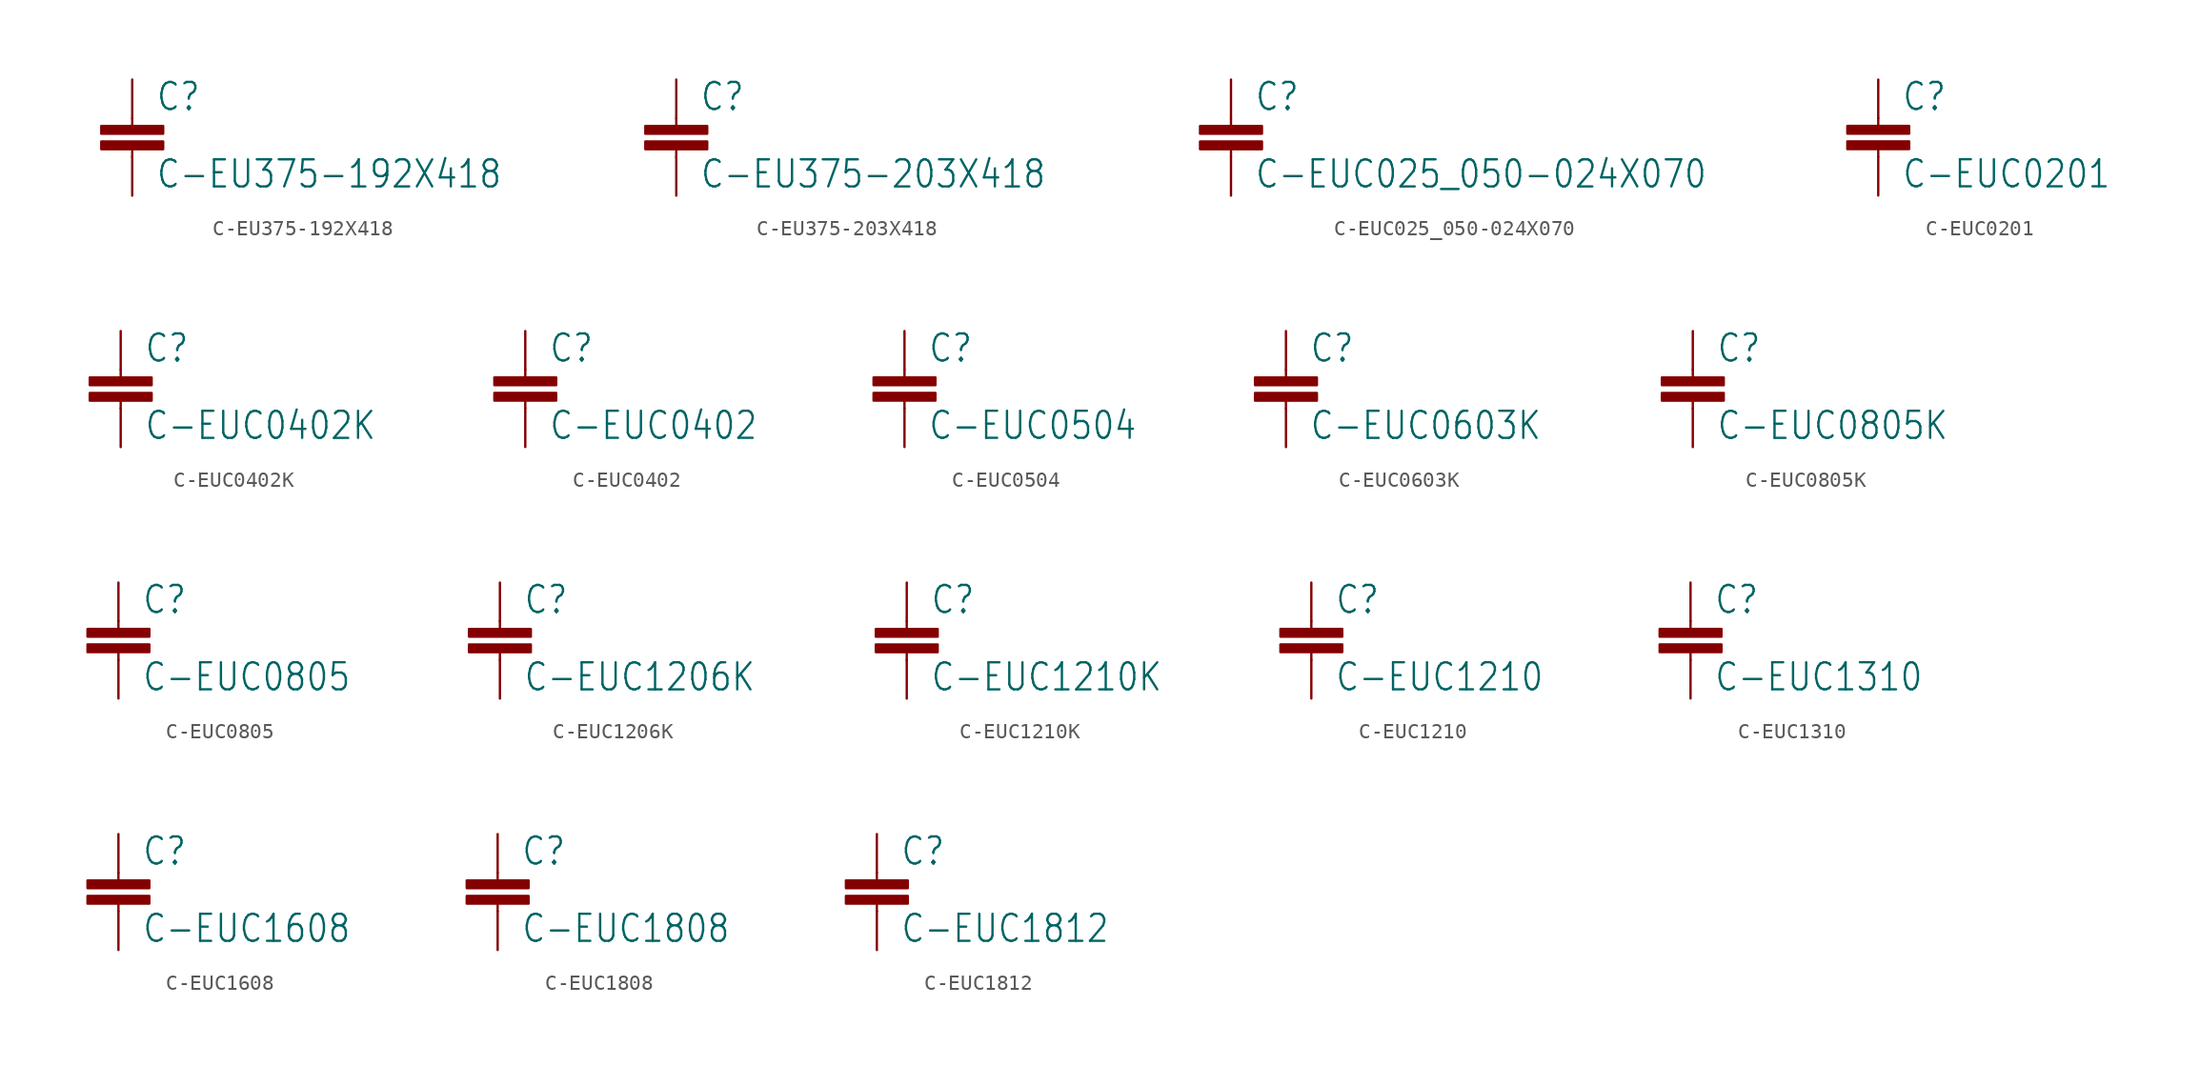
<source format=kicad_sym>
(kicad_symbol_lib
  (version 20210619)
  (generator kicad_symbol_editor)
  (symbol "C-EU375-192X418"
    (property "Reference" "C"
      (at 1.524 0.381 0)
      (effects (font (size 1.778 1.511)) (justify left bottom)))
    (property "Value" "C-EU375-192X418"
      (at 1.524 -4.699 0)
      (effects (font (size 1.778 1.511)) (justify left bottom)))
    (property "ki_locked" ""
      (at 0 0 0)
      (effects (font (size 1.27 1.27))))
    (symbol "C-EU375-192X418_1_0"
      (rectangle (start -2.032 -2.032) (end 2.032 -1.524) (stroke (width 0)) (fill (type outline)))
      (rectangle (start -2.032 -1.016) (end 2.032 -0.508) (stroke (width 0)) (fill (type outline)))
      (polyline (pts (xy 0 -2.54) (xy 0 -2.032)) (stroke (width 0.152)) (fill (type none)))
      (polyline (pts (xy 0 0) (xy 0 -0.508)) (stroke (width 0.152)) (fill (type none)))
      (pin passive line (at 0 2.54 270) (length 2.54) (name "1" (effects (font (size 0 0)))) (number "1" (effects (font (size 0 0)))))
      (pin passive line (at 0 -5.08 90) (length 2.54) (name "2" (effects (font (size 0 0)))) (number "2" (effects (font (size 0 0)))))))
  (symbol "C-EU375-203X418"
    (property "Reference" "C"
      (at 1.524 0.381 0)
      (effects (font (size 1.778 1.511)) (justify left bottom)))
    (property "Value" "C-EU375-203X418"
      (at 1.524 -4.699 0)
      (effects (font (size 1.778 1.511)) (justify left bottom)))
    (property "ki_locked" ""
      (at 0 0 0)
      (effects (font (size 1.27 1.27))))
    (symbol "C-EU375-203X418_1_0"
      (rectangle (start -2.032 -2.032) (end 2.032 -1.524) (stroke (width 0)) (fill (type outline)))
      (rectangle (start -2.032 -1.016) (end 2.032 -0.508) (stroke (width 0)) (fill (type outline)))
      (polyline (pts (xy 0 -2.54) (xy 0 -2.032)) (stroke (width 0.152)) (fill (type none)))
      (polyline (pts (xy 0 0) (xy 0 -0.508)) (stroke (width 0.152)) (fill (type none)))
      (pin passive line (at 0 2.54 270) (length 2.54) (name "1" (effects (font (size 0 0)))) (number "1" (effects (font (size 0 0)))))
      (pin passive line (at 0 -5.08 90) (length 2.54) (name "2" (effects (font (size 0 0)))) (number "2" (effects (font (size 0 0)))))))
  (symbol "C-EUC025_050-024X070"
    (property "Reference" "C"
      (at 1.524 0.381 0)
      (effects (font (size 1.778 1.511)) (justify left bottom)))
    (property "Value" "C-EUC025_050-024X070"
      (at 1.524 -4.699 0)
      (effects (font (size 1.778 1.511)) (justify left bottom)))
    (property "ki_locked" ""
      (at 0 0 0)
      (effects (font (size 1.27 1.27))))
    (symbol "C-EUC025_050-024X070_1_0"
      (rectangle (start -2.032 -2.032) (end 2.032 -1.524) (stroke (width 0)) (fill (type outline)))
      (rectangle (start -2.032 -1.016) (end 2.032 -0.508) (stroke (width 0)) (fill (type outline)))
      (polyline (pts (xy 0 -2.54) (xy 0 -2.032)) (stroke (width 0.152)) (fill (type none)))
      (polyline (pts (xy 0 0) (xy 0 -0.508)) (stroke (width 0.152)) (fill (type none)))
      (pin passive line (at 0 2.54 270) (length 2.54) (name "1" (effects (font (size 0 0)))) (number "1" (effects (font (size 0 0)))))
      (pin passive line (at 0 -5.08 90) (length 2.54) (name "2" (effects (font (size 0 0)))) (number "2" (effects (font (size 0 0)))))))
  (symbol "C-EUC0201"
    (property "Reference" "C"
      (at 1.524 0.381 0)
      (effects (font (size 1.778 1.511)) (justify left bottom)))
    (property "Value" "C-EUC0201"
      (at 1.524 -4.699 0)
      (effects (font (size 1.778 1.511)) (justify left bottom)))
    (property "ki_locked" ""
      (at 0 0 0)
      (effects (font (size 1.27 1.27))))
    (symbol "C-EUC0201_1_0"
      (rectangle (start -2.032 -2.032) (end 2.032 -1.524) (stroke (width 0)) (fill (type outline)))
      (rectangle (start -2.032 -1.016) (end 2.032 -0.508) (stroke (width 0)) (fill (type outline)))
      (polyline (pts (xy 0 -2.54) (xy 0 -2.032)) (stroke (width 0.152)) (fill (type none)))
      (polyline (pts (xy 0 0) (xy 0 -0.508)) (stroke (width 0.152)) (fill (type none)))
      (pin passive line (at 0 2.54 270) (length 2.54) (name "1" (effects (font (size 0 0)))) (number "1" (effects (font (size 0 0)))))
      (pin passive line (at 0 -5.08 90) (length 2.54) (name "2" (effects (font (size 0 0)))) (number "2" (effects (font (size 0 0)))))))
  (symbol "C-EUC0402K"
    (property "Reference" "C"
      (at 1.524 0.381 0)
      (effects (font (size 1.778 1.511)) (justify left bottom)))
    (property "Value" "C-EUC0402K"
      (at 1.524 -4.699 0)
      (effects (font (size 1.778 1.511)) (justify left bottom)))
    (property "ki_locked" ""
      (at 0 0 0)
      (effects (font (size 1.27 1.27))))
    (symbol "C-EUC0402K_1_0"
      (rectangle (start -2.032 -2.032) (end 2.032 -1.524) (stroke (width 0)) (fill (type outline)))
      (rectangle (start -2.032 -1.016) (end 2.032 -0.508) (stroke (width 0)) (fill (type outline)))
      (polyline (pts (xy 0 -2.54) (xy 0 -2.032)) (stroke (width 0.152)) (fill (type none)))
      (polyline (pts (xy 0 0) (xy 0 -0.508)) (stroke (width 0.152)) (fill (type none)))
      (pin passive line (at 0 2.54 270) (length 2.54) (name "1" (effects (font (size 0 0)))) (number "1" (effects (font (size 0 0)))))
      (pin passive line (at 0 -5.08 90) (length 2.54) (name "2" (effects (font (size 0 0)))) (number "2" (effects (font (size 0 0)))))))
  (symbol "C-EUC0402"
    (property "Reference" "C"
      (at 1.524 0.381 0)
      (effects (font (size 1.778 1.511)) (justify left bottom)))
    (property "Value" "C-EUC0402"
      (at 1.524 -4.699 0)
      (effects (font (size 1.778 1.511)) (justify left bottom)))
    (property "ki_locked" ""
      (at 0 0 0)
      (effects (font (size 1.27 1.27))))
    (symbol "C-EUC0402_1_0"
      (rectangle (start -2.032 -2.032) (end 2.032 -1.524) (stroke (width 0)) (fill (type outline)))
      (rectangle (start -2.032 -1.016) (end 2.032 -0.508) (stroke (width 0)) (fill (type outline)))
      (polyline (pts (xy 0 -2.54) (xy 0 -2.032)) (stroke (width 0.152)) (fill (type none)))
      (polyline (pts (xy 0 0) (xy 0 -0.508)) (stroke (width 0.152)) (fill (type none)))
      (pin passive line (at 0 2.54 270) (length 2.54) (name "1" (effects (font (size 0 0)))) (number "1" (effects (font (size 0 0)))))
      (pin passive line (at 0 -5.08 90) (length 2.54) (name "2" (effects (font (size 0 0)))) (number "2" (effects (font (size 0 0)))))))
  (symbol "C-EUC0504"
    (property "Reference" "C"
      (at 1.524 0.381 0)
      (effects (font (size 1.778 1.511)) (justify left bottom)))
    (property "Value" "C-EUC0504"
      (at 1.524 -4.699 0)
      (effects (font (size 1.778 1.511)) (justify left bottom)))
    (property "ki_locked" ""
      (at 0 0 0)
      (effects (font (size 1.27 1.27))))
    (symbol "C-EUC0504_1_0"
      (rectangle (start -2.032 -2.032) (end 2.032 -1.524) (stroke (width 0)) (fill (type outline)))
      (rectangle (start -2.032 -1.016) (end 2.032 -0.508) (stroke (width 0)) (fill (type outline)))
      (polyline (pts (xy 0 -2.54) (xy 0 -2.032)) (stroke (width 0.152)) (fill (type none)))
      (polyline (pts (xy 0 0) (xy 0 -0.508)) (stroke (width 0.152)) (fill (type none)))
      (pin passive line (at 0 2.54 270) (length 2.54) (name "1" (effects (font (size 0 0)))) (number "1" (effects (font (size 0 0)))))
      (pin passive line (at 0 -5.08 90) (length 2.54) (name "2" (effects (font (size 0 0)))) (number "2" (effects (font (size 0 0)))))))
  (symbol "C-EUC0603K"
    (property "Reference" "C"
      (at 1.524 0.381 0)
      (effects (font (size 1.778 1.511)) (justify left bottom)))
    (property "Value" "C-EUC0603K"
      (at 1.524 -4.699 0)
      (effects (font (size 1.778 1.511)) (justify left bottom)))
    (property "ki_locked" ""
      (at 0 0 0)
      (effects (font (size 1.27 1.27))))
    (symbol "C-EUC0603K_1_0"
      (rectangle (start -2.032 -2.032) (end 2.032 -1.524) (stroke (width 0)) (fill (type outline)))
      (rectangle (start -2.032 -1.016) (end 2.032 -0.508) (stroke (width 0)) (fill (type outline)))
      (polyline (pts (xy 0 -2.54) (xy 0 -2.032)) (stroke (width 0.152)) (fill (type none)))
      (polyline (pts (xy 0 0) (xy 0 -0.508)) (stroke (width 0.152)) (fill (type none)))
      (pin passive line (at 0 2.54 270) (length 2.54) (name "1" (effects (font (size 0 0)))) (number "1" (effects (font (size 0 0)))))
      (pin passive line (at 0 -5.08 90) (length 2.54) (name "2" (effects (font (size 0 0)))) (number "2" (effects (font (size 0 0)))))))
  (symbol "C-EUC0805K"
    (property "Reference" "C"
      (at 1.524 0.381 0)
      (effects (font (size 1.778 1.511)) (justify left bottom)))
    (property "Value" "C-EUC0805K"
      (at 1.524 -4.699 0)
      (effects (font (size 1.778 1.511)) (justify left bottom)))
    (property "ki_locked" ""
      (at 0 0 0)
      (effects (font (size 1.27 1.27))))
    (symbol "C-EUC0805K_1_0"
      (rectangle (start -2.032 -2.032) (end 2.032 -1.524) (stroke (width 0)) (fill (type outline)))
      (rectangle (start -2.032 -1.016) (end 2.032 -0.508) (stroke (width 0)) (fill (type outline)))
      (polyline (pts (xy 0 -2.54) (xy 0 -2.032)) (stroke (width 0.152)) (fill (type none)))
      (polyline (pts (xy 0 0) (xy 0 -0.508)) (stroke (width 0.152)) (fill (type none)))
      (pin passive line (at 0 2.54 270) (length 2.54) (name "1" (effects (font (size 0 0)))) (number "1" (effects (font (size 0 0)))))
      (pin passive line (at 0 -5.08 90) (length 2.54) (name "2" (effects (font (size 0 0)))) (number "2" (effects (font (size 0 0)))))))
  (symbol "C-EUC0805"
    (property "Reference" "C"
      (at 1.524 0.381 0)
      (effects (font (size 1.778 1.511)) (justify left bottom)))
    (property "Value" "C-EUC0805"
      (at 1.524 -4.699 0)
      (effects (font (size 1.778 1.511)) (justify left bottom)))
    (property "ki_locked" ""
      (at 0 0 0)
      (effects (font (size 1.27 1.27))))
    (symbol "C-EUC0805_1_0"
      (rectangle (start -2.032 -2.032) (end 2.032 -1.524) (stroke (width 0)) (fill (type outline)))
      (rectangle (start -2.032 -1.016) (end 2.032 -0.508) (stroke (width 0)) (fill (type outline)))
      (polyline (pts (xy 0 -2.54) (xy 0 -2.032)) (stroke (width 0.152)) (fill (type none)))
      (polyline (pts (xy 0 0) (xy 0 -0.508)) (stroke (width 0.152)) (fill (type none)))
      (pin passive line (at 0 2.54 270) (length 2.54) (name "1" (effects (font (size 0 0)))) (number "1" (effects (font (size 0 0)))))
      (pin passive line (at 0 -5.08 90) (length 2.54) (name "2" (effects (font (size 0 0)))) (number "2" (effects (font (size 0 0)))))))
  (symbol "C-EUC1206K"
    (property "Reference" "C"
      (at 1.524 0.381 0)
      (effects (font (size 1.778 1.511)) (justify left bottom)))
    (property "Value" "C-EUC1206K"
      (at 1.524 -4.699 0)
      (effects (font (size 1.778 1.511)) (justify left bottom)))
    (property "ki_locked" ""
      (at 0 0 0)
      (effects (font (size 1.27 1.27))))
    (symbol "C-EUC1206K_1_0"
      (rectangle (start -2.032 -2.032) (end 2.032 -1.524) (stroke (width 0)) (fill (type outline)))
      (rectangle (start -2.032 -1.016) (end 2.032 -0.508) (stroke (width 0)) (fill (type outline)))
      (polyline (pts (xy 0 -2.54) (xy 0 -2.032)) (stroke (width 0.152)) (fill (type none)))
      (polyline (pts (xy 0 0) (xy 0 -0.508)) (stroke (width 0.152)) (fill (type none)))
      (pin passive line (at 0 2.54 270) (length 2.54) (name "1" (effects (font (size 0 0)))) (number "1" (effects (font (size 0 0)))))
      (pin passive line (at 0 -5.08 90) (length 2.54) (name "2" (effects (font (size 0 0)))) (number "2" (effects (font (size 0 0)))))))
  (symbol "C-EUC1210K"
    (property "Reference" "C"
      (at 1.524 0.381 0)
      (effects (font (size 1.778 1.511)) (justify left bottom)))
    (property "Value" "C-EUC1210K"
      (at 1.524 -4.699 0)
      (effects (font (size 1.778 1.511)) (justify left bottom)))
    (property "ki_locked" ""
      (at 0 0 0)
      (effects (font (size 1.27 1.27))))
    (symbol "C-EUC1210K_1_0"
      (rectangle (start -2.032 -2.032) (end 2.032 -1.524) (stroke (width 0)) (fill (type outline)))
      (rectangle (start -2.032 -1.016) (end 2.032 -0.508) (stroke (width 0)) (fill (type outline)))
      (polyline (pts (xy 0 -2.54) (xy 0 -2.032)) (stroke (width 0.152)) (fill (type none)))
      (polyline (pts (xy 0 0) (xy 0 -0.508)) (stroke (width 0.152)) (fill (type none)))
      (pin passive line (at 0 2.54 270) (length 2.54) (name "1" (effects (font (size 0 0)))) (number "1" (effects (font (size 0 0)))))
      (pin passive line (at 0 -5.08 90) (length 2.54) (name "2" (effects (font (size 0 0)))) (number "2" (effects (font (size 0 0)))))))
  (symbol "C-EUC1210"
    (property "Reference" "C"
      (at 1.524 0.381 0)
      (effects (font (size 1.778 1.511)) (justify left bottom)))
    (property "Value" "C-EUC1210"
      (at 1.524 -4.699 0)
      (effects (font (size 1.778 1.511)) (justify left bottom)))
    (property "ki_locked" ""
      (at 0 0 0)
      (effects (font (size 1.27 1.27))))
    (symbol "C-EUC1210_1_0"
      (rectangle (start -2.032 -2.032) (end 2.032 -1.524) (stroke (width 0)) (fill (type outline)))
      (rectangle (start -2.032 -1.016) (end 2.032 -0.508) (stroke (width 0)) (fill (type outline)))
      (polyline (pts (xy 0 -2.54) (xy 0 -2.032)) (stroke (width 0.152)) (fill (type none)))
      (polyline (pts (xy 0 0) (xy 0 -0.508)) (stroke (width 0.152)) (fill (type none)))
      (pin passive line (at 0 2.54 270) (length 2.54) (name "1" (effects (font (size 0 0)))) (number "1" (effects (font (size 0 0)))))
      (pin passive line (at 0 -5.08 90) (length 2.54) (name "2" (effects (font (size 0 0)))) (number "2" (effects (font (size 0 0)))))))
  (symbol "C-EUC1310"
    (property "Reference" "C"
      (at 1.524 0.381 0)
      (effects (font (size 1.778 1.511)) (justify left bottom)))
    (property "Value" "C-EUC1310"
      (at 1.524 -4.699 0)
      (effects (font (size 1.778 1.511)) (justify left bottom)))
    (property "ki_locked" ""
      (at 0 0 0)
      (effects (font (size 1.27 1.27))))
    (symbol "C-EUC1310_1_0"
      (rectangle (start -2.032 -2.032) (end 2.032 -1.524) (stroke (width 0)) (fill (type outline)))
      (rectangle (start -2.032 -1.016) (end 2.032 -0.508) (stroke (width 0)) (fill (type outline)))
      (polyline (pts (xy 0 -2.54) (xy 0 -2.032)) (stroke (width 0.152)) (fill (type none)))
      (polyline (pts (xy 0 0) (xy 0 -0.508)) (stroke (width 0.152)) (fill (type none)))
      (pin passive line (at 0 2.54 270) (length 2.54) (name "1" (effects (font (size 0 0)))) (number "1" (effects (font (size 0 0)))))
      (pin passive line (at 0 -5.08 90) (length 2.54) (name "2" (effects (font (size 0 0)))) (number "2" (effects (font (size 0 0)))))))
  (symbol "C-EUC1608"
    (property "Reference" "C"
      (at 1.524 0.381 0)
      (effects (font (size 1.778 1.511)) (justify left bottom)))
    (property "Value" "C-EUC1608"
      (at 1.524 -4.699 0)
      (effects (font (size 1.778 1.511)) (justify left bottom)))
    (property "ki_locked" ""
      (at 0 0 0)
      (effects (font (size 1.27 1.27))))
    (symbol "C-EUC1608_1_0"
      (rectangle (start -2.032 -2.032) (end 2.032 -1.524) (stroke (width 0)) (fill (type outline)))
      (rectangle (start -2.032 -1.016) (end 2.032 -0.508) (stroke (width 0)) (fill (type outline)))
      (polyline (pts (xy 0 -2.54) (xy 0 -2.032)) (stroke (width 0.152)) (fill (type none)))
      (polyline (pts (xy 0 0) (xy 0 -0.508)) (stroke (width 0.152)) (fill (type none)))
      (pin passive line (at 0 2.54 270) (length 2.54) (name "1" (effects (font (size 0 0)))) (number "1" (effects (font (size 0 0)))))
      (pin passive line (at 0 -5.08 90) (length 2.54) (name "2" (effects (font (size 0 0)))) (number "2" (effects (font (size 0 0)))))))
  (symbol "C-EUC1808"
    (property "Reference" "C"
      (at 1.524 0.381 0)
      (effects (font (size 1.778 1.511)) (justify left bottom)))
    (property "Value" "C-EUC1808"
      (at 1.524 -4.699 0)
      (effects (font (size 1.778 1.511)) (justify left bottom)))
    (property "ki_locked" ""
      (at 0 0 0)
      (effects (font (size 1.27 1.27))))
    (symbol "C-EUC1808_1_0"
      (rectangle (start -2.032 -2.032) (end 2.032 -1.524) (stroke (width 0)) (fill (type outline)))
      (rectangle (start -2.032 -1.016) (end 2.032 -0.508) (stroke (width 0)) (fill (type outline)))
      (polyline (pts (xy 0 -2.54) (xy 0 -2.032)) (stroke (width 0.152)) (fill (type none)))
      (polyline (pts (xy 0 0) (xy 0 -0.508)) (stroke (width 0.152)) (fill (type none)))
      (pin passive line (at 0 2.54 270) (length 2.54) (name "1" (effects (font (size 0 0)))) (number "1" (effects (font (size 0 0)))))
      (pin passive line (at 0 -5.08 90) (length 2.54) (name "2" (effects (font (size 0 0)))) (number "2" (effects (font (size 0 0)))))))
  (symbol "C-EUC1812"
    (property "Reference" "C"
      (at 1.524 0.381 0)
      (effects (font (size 1.778 1.511)) (justify left bottom)))
    (property "Value" "C-EUC1812"
      (at 1.524 -4.699 0)
      (effects (font (size 1.778 1.511)) (justify left bottom)))
    (property "ki_locked" ""
      (at 0 0 0)
      (effects (font (size 1.27 1.27))))
    (symbol "C-EUC1812_1_0"
      (rectangle (start -2.032 -2.032) (end 2.032 -1.524) (stroke (width 0)) (fill (type outline)))
      (rectangle (start -2.032 -1.016) (end 2.032 -0.508) (stroke (width 0)) (fill (type outline)))
      (polyline (pts (xy 0 -2.54) (xy 0 -2.032)) (stroke (width 0.152)) (fill (type none)))
      (polyline (pts (xy 0 0) (xy 0 -0.508)) (stroke (width 0.152)) (fill (type none)))
      (pin passive line (at 0 2.54 270) (length 2.54) (name "1" (effects (font (size 0 0)))) (number "1" (effects (font (size 0 0)))))
      (pin passive line (at 0 -5.08 90) (length 2.54) (name "2" (effects (font (size 0 0)))) (number "2" (effects (font (size 0 0))))))))
</source>
